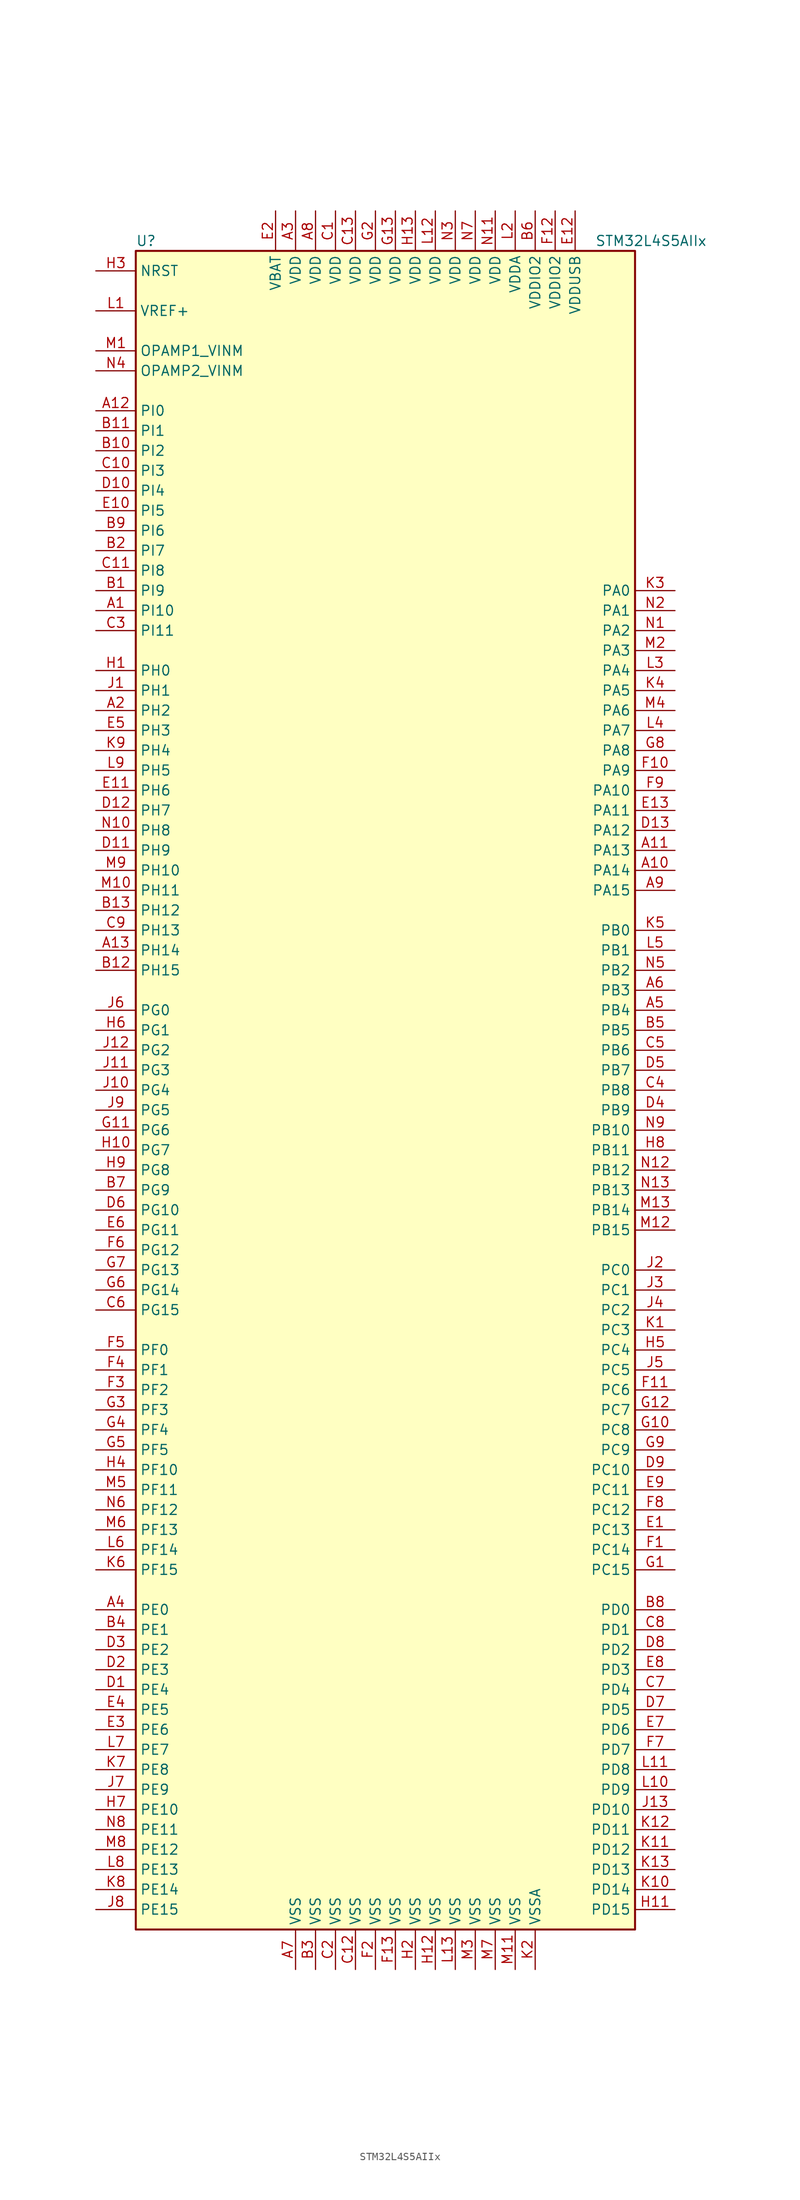
<source format=kicad_sym>
(kicad_symbol_lib
  (version 20201005)
  (generator kicad_symbol_editor)
  (symbol "MCU_ST_STM32L4+:STM32L4S5AIIx"
    (property "Reference" "U"
      (at -33.02 107.95 0)
      (effects (font (size 1.27 1.27)) (justify left)))
    (property "Value" "STM32L4S5AIIx"
      (at 25.4 107.95 0)
      (effects (font (size 1.27 1.27)) (justify left)))
    (symbol "STM32L4S5AIIx_0_1"
      (rectangle (start -33.02 -106.68) (end 30.48 106.68) (stroke (width 0.254)) (fill (type background))))
    (symbol "STM32L4S5AIIx_1_1"
      (pin input line (at -38.1 104.14 0) (length 5.08) (name "NRST" (effects (font (size 1.27 1.27)))) (number "H3" (effects (font (size 1.27 1.27)))))
      (pin bidirectional line (at -38.1 93.98 0) (length 5.08) (name "OPAMP1_VINM" (effects (font (size 1.27 1.27)))) (number "M1" (effects (font (size 1.27 1.27)))))
      (pin bidirectional line (at -38.1 91.44 0) (length 5.08) (name "OPAMP2_VINM" (effects (font (size 1.27 1.27)))) (number "N4" (effects (font (size 1.27 1.27)))))
      (pin bidirectional line (at 35.56 63.5 180) (length 5.08) (name "PA0" (effects (font (size 1.27 1.27)))) (number "K3" (effects (font (size 1.27 1.27)))))
      (pin bidirectional line (at 35.56 60.96 180) (length 5.08) (name "PA1" (effects (font (size 1.27 1.27)))) (number "N2" (effects (font (size 1.27 1.27)))))
      (pin bidirectional line (at 35.56 38.1 180) (length 5.08) (name "PA10" (effects (font (size 1.27 1.27)))) (number "F9" (effects (font (size 1.27 1.27)))))
      (pin bidirectional line (at 35.56 35.56 180) (length 5.08) (name "PA11" (effects (font (size 1.27 1.27)))) (number "E13" (effects (font (size 1.27 1.27)))))
      (pin bidirectional line (at 35.56 33.02 180) (length 5.08) (name "PA12" (effects (font (size 1.27 1.27)))) (number "D13" (effects (font (size 1.27 1.27)))))
      (pin bidirectional line (at 35.56 30.48 180) (length 5.08) (name "PA13" (effects (font (size 1.27 1.27)))) (number "A11" (effects (font (size 1.27 1.27)))))
      (pin bidirectional line (at 35.56 27.94 180) (length 5.08) (name "PA14" (effects (font (size 1.27 1.27)))) (number "A10" (effects (font (size 1.27 1.27)))))
      (pin bidirectional line (at 35.56 25.4 180) (length 5.08) (name "PA15" (effects (font (size 1.27 1.27)))) (number "A9" (effects (font (size 1.27 1.27)))))
      (pin bidirectional line (at 35.56 58.42 180) (length 5.08) (name "PA2" (effects (font (size 1.27 1.27)))) (number "N1" (effects (font (size 1.27 1.27)))))
      (pin bidirectional line (at 35.56 55.88 180) (length 5.08) (name "PA3" (effects (font (size 1.27 1.27)))) (number "M2" (effects (font (size 1.27 1.27)))))
      (pin bidirectional line (at 35.56 53.34 180) (length 5.08) (name "PA4" (effects (font (size 1.27 1.27)))) (number "L3" (effects (font (size 1.27 1.27)))))
      (pin bidirectional line (at 35.56 50.8 180) (length 5.08) (name "PA5" (effects (font (size 1.27 1.27)))) (number "K4" (effects (font (size 1.27 1.27)))))
      (pin bidirectional line (at 35.56 48.26 180) (length 5.08) (name "PA6" (effects (font (size 1.27 1.27)))) (number "M4" (effects (font (size 1.27 1.27)))))
      (pin bidirectional line (at 35.56 45.72 180) (length 5.08) (name "PA7" (effects (font (size 1.27 1.27)))) (number "L4" (effects (font (size 1.27 1.27)))))
      (pin bidirectional line (at 35.56 43.18 180) (length 5.08) (name "PA8" (effects (font (size 1.27 1.27)))) (number "G8" (effects (font (size 1.27 1.27)))))
      (pin bidirectional line (at 35.56 40.64 180) (length 5.08) (name "PA9" (effects (font (size 1.27 1.27)))) (number "F10" (effects (font (size 1.27 1.27)))))
      (pin bidirectional line (at 35.56 20.32 180) (length 5.08) (name "PB0" (effects (font (size 1.27 1.27)))) (number "K5" (effects (font (size 1.27 1.27)))))
      (pin bidirectional line (at 35.56 17.78 180) (length 5.08) (name "PB1" (effects (font (size 1.27 1.27)))) (number "L5" (effects (font (size 1.27 1.27)))))
      (pin bidirectional line (at 35.56 -5.08 180) (length 5.08) (name "PB10" (effects (font (size 1.27 1.27)))) (number "N9" (effects (font (size 1.27 1.27)))))
      (pin bidirectional line (at 35.56 -7.62 180) (length 5.08) (name "PB11" (effects (font (size 1.27 1.27)))) (number "H8" (effects (font (size 1.27 1.27)))))
      (pin bidirectional line (at 35.56 -10.16 180) (length 5.08) (name "PB12" (effects (font (size 1.27 1.27)))) (number "N12" (effects (font (size 1.27 1.27)))))
      (pin bidirectional line (at 35.56 -12.7 180) (length 5.08) (name "PB13" (effects (font (size 1.27 1.27)))) (number "N13" (effects (font (size 1.27 1.27)))))
      (pin bidirectional line (at 35.56 -15.24 180) (length 5.08) (name "PB14" (effects (font (size 1.27 1.27)))) (number "M13" (effects (font (size 1.27 1.27)))))
      (pin bidirectional line (at 35.56 -17.78 180) (length 5.08) (name "PB15" (effects (font (size 1.27 1.27)))) (number "M12" (effects (font (size 1.27 1.27)))))
      (pin bidirectional line (at 35.56 15.24 180) (length 5.08) (name "PB2" (effects (font (size 1.27 1.27)))) (number "N5" (effects (font (size 1.27 1.27)))))
      (pin bidirectional line (at 35.56 12.7 180) (length 5.08) (name "PB3" (effects (font (size 1.27 1.27)))) (number "A6" (effects (font (size 1.27 1.27)))))
      (pin bidirectional line (at 35.56 10.16 180) (length 5.08) (name "PB4" (effects (font (size 1.27 1.27)))) (number "A5" (effects (font (size 1.27 1.27)))))
      (pin bidirectional line (at 35.56 7.62 180) (length 5.08) (name "PB5" (effects (font (size 1.27 1.27)))) (number "B5" (effects (font (size 1.27 1.27)))))
      (pin bidirectional line (at 35.56 5.08 180) (length 5.08) (name "PB6" (effects (font (size 1.27 1.27)))) (number "C5" (effects (font (size 1.27 1.27)))))
      (pin bidirectional line (at 35.56 2.54 180) (length 5.08) (name "PB7" (effects (font (size 1.27 1.27)))) (number "D5" (effects (font (size 1.27 1.27)))))
      (pin bidirectional line (at 35.56 0 180) (length 5.08) (name "PB8" (effects (font (size 1.27 1.27)))) (number "C4" (effects (font (size 1.27 1.27)))))
      (pin bidirectional line (at 35.56 -2.54 180) (length 5.08) (name "PB9" (effects (font (size 1.27 1.27)))) (number "D4" (effects (font (size 1.27 1.27)))))
      (pin bidirectional line (at 35.56 -22.86 180) (length 5.08) (name "PC0" (effects (font (size 1.27 1.27)))) (number "J2" (effects (font (size 1.27 1.27)))))
      (pin bidirectional line (at 35.56 -25.4 180) (length 5.08) (name "PC1" (effects (font (size 1.27 1.27)))) (number "J3" (effects (font (size 1.27 1.27)))))
      (pin bidirectional line (at 35.56 -48.26 180) (length 5.08) (name "PC10" (effects (font (size 1.27 1.27)))) (number "D9" (effects (font (size 1.27 1.27)))))
      (pin bidirectional line (at 35.56 -50.8 180) (length 5.08) (name "PC11" (effects (font (size 1.27 1.27)))) (number "E9" (effects (font (size 1.27 1.27)))))
      (pin bidirectional line (at 35.56 -53.34 180) (length 5.08) (name "PC12" (effects (font (size 1.27 1.27)))) (number "F8" (effects (font (size 1.27 1.27)))))
      (pin bidirectional line (at 35.56 -55.88 180) (length 5.08) (name "PC13" (effects (font (size 1.27 1.27)))) (number "E1" (effects (font (size 1.27 1.27)))))
      (pin bidirectional line (at 35.56 -58.42 180) (length 5.08) (name "PC14" (effects (font (size 1.27 1.27)))) (number "F1" (effects (font (size 1.27 1.27)))))
      (pin bidirectional line (at 35.56 -60.96 180) (length 5.08) (name "PC15" (effects (font (size 1.27 1.27)))) (number "G1" (effects (font (size 1.27 1.27)))))
      (pin bidirectional line (at 35.56 -27.94 180) (length 5.08) (name "PC2" (effects (font (size 1.27 1.27)))) (number "J4" (effects (font (size 1.27 1.27)))))
      (pin bidirectional line (at 35.56 -30.48 180) (length 5.08) (name "PC3" (effects (font (size 1.27 1.27)))) (number "K1" (effects (font (size 1.27 1.27)))))
      (pin bidirectional line (at 35.56 -33.02 180) (length 5.08) (name "PC4" (effects (font (size 1.27 1.27)))) (number "H5" (effects (font (size 1.27 1.27)))))
      (pin bidirectional line (at 35.56 -35.56 180) (length 5.08) (name "PC5" (effects (font (size 1.27 1.27)))) (number "J5" (effects (font (size 1.27 1.27)))))
      (pin bidirectional line (at 35.56 -38.1 180) (length 5.08) (name "PC6" (effects (font (size 1.27 1.27)))) (number "F11" (effects (font (size 1.27 1.27)))))
      (pin bidirectional line (at 35.56 -40.64 180) (length 5.08) (name "PC7" (effects (font (size 1.27 1.27)))) (number "G12" (effects (font (size 1.27 1.27)))))
      (pin bidirectional line (at 35.56 -43.18 180) (length 5.08) (name "PC8" (effects (font (size 1.27 1.27)))) (number "G10" (effects (font (size 1.27 1.27)))))
      (pin bidirectional line (at 35.56 -45.72 180) (length 5.08) (name "PC9" (effects (font (size 1.27 1.27)))) (number "G9" (effects (font (size 1.27 1.27)))))
      (pin bidirectional line (at 35.56 -66.04 180) (length 5.08) (name "PD0" (effects (font (size 1.27 1.27)))) (number "B8" (effects (font (size 1.27 1.27)))))
      (pin bidirectional line (at 35.56 -68.58 180) (length 5.08) (name "PD1" (effects (font (size 1.27 1.27)))) (number "C8" (effects (font (size 1.27 1.27)))))
      (pin bidirectional line (at 35.56 -91.44 180) (length 5.08) (name "PD10" (effects (font (size 1.27 1.27)))) (number "J13" (effects (font (size 1.27 1.27)))))
      (pin bidirectional line (at 35.56 -93.98 180) (length 5.08) (name "PD11" (effects (font (size 1.27 1.27)))) (number "K12" (effects (font (size 1.27 1.27)))))
      (pin bidirectional line (at 35.56 -96.52 180) (length 5.08) (name "PD12" (effects (font (size 1.27 1.27)))) (number "K11" (effects (font (size 1.27 1.27)))))
      (pin bidirectional line (at 35.56 -99.06 180) (length 5.08) (name "PD13" (effects (font (size 1.27 1.27)))) (number "K13" (effects (font (size 1.27 1.27)))))
      (pin bidirectional line (at 35.56 -101.6 180) (length 5.08) (name "PD14" (effects (font (size 1.27 1.27)))) (number "K10" (effects (font (size 1.27 1.27)))))
      (pin bidirectional line (at 35.56 -104.14 180) (length 5.08) (name "PD15" (effects (font (size 1.27 1.27)))) (number "H11" (effects (font (size 1.27 1.27)))))
      (pin bidirectional line (at 35.56 -71.12 180) (length 5.08) (name "PD2" (effects (font (size 1.27 1.27)))) (number "D8" (effects (font (size 1.27 1.27)))))
      (pin bidirectional line (at 35.56 -73.66 180) (length 5.08) (name "PD3" (effects (font (size 1.27 1.27)))) (number "E8" (effects (font (size 1.27 1.27)))))
      (pin bidirectional line (at 35.56 -76.2 180) (length 5.08) (name "PD4" (effects (font (size 1.27 1.27)))) (number "C7" (effects (font (size 1.27 1.27)))))
      (pin bidirectional line (at 35.56 -78.74 180) (length 5.08) (name "PD5" (effects (font (size 1.27 1.27)))) (number "D7" (effects (font (size 1.27 1.27)))))
      (pin bidirectional line (at 35.56 -81.28 180) (length 5.08) (name "PD6" (effects (font (size 1.27 1.27)))) (number "E7" (effects (font (size 1.27 1.27)))))
      (pin bidirectional line (at 35.56 -83.82 180) (length 5.08) (name "PD7" (effects (font (size 1.27 1.27)))) (number "F7" (effects (font (size 1.27 1.27)))))
      (pin bidirectional line (at 35.56 -86.36 180) (length 5.08) (name "PD8" (effects (font (size 1.27 1.27)))) (number "L11" (effects (font (size 1.27 1.27)))))
      (pin bidirectional line (at 35.56 -88.9 180) (length 5.08) (name "PD9" (effects (font (size 1.27 1.27)))) (number "L10" (effects (font (size 1.27 1.27)))))
      (pin bidirectional line (at -38.1 -66.04 0) (length 5.08) (name "PE0" (effects (font (size 1.27 1.27)))) (number "A4" (effects (font (size 1.27 1.27)))))
      (pin bidirectional line (at -38.1 -68.58 0) (length 5.08) (name "PE1" (effects (font (size 1.27 1.27)))) (number "B4" (effects (font (size 1.27 1.27)))))
      (pin bidirectional line (at -38.1 -91.44 0) (length 5.08) (name "PE10" (effects (font (size 1.27 1.27)))) (number "H7" (effects (font (size 1.27 1.27)))))
      (pin bidirectional line (at -38.1 -93.98 0) (length 5.08) (name "PE11" (effects (font (size 1.27 1.27)))) (number "N8" (effects (font (size 1.27 1.27)))))
      (pin bidirectional line (at -38.1 -96.52 0) (length 5.08) (name "PE12" (effects (font (size 1.27 1.27)))) (number "M8" (effects (font (size 1.27 1.27)))))
      (pin bidirectional line (at -38.1 -99.06 0) (length 5.08) (name "PE13" (effects (font (size 1.27 1.27)))) (number "L8" (effects (font (size 1.27 1.27)))))
      (pin bidirectional line (at -38.1 -101.6 0) (length 5.08) (name "PE14" (effects (font (size 1.27 1.27)))) (number "K8" (effects (font (size 1.27 1.27)))))
      (pin bidirectional line (at -38.1 -104.14 0) (length 5.08) (name "PE15" (effects (font (size 1.27 1.27)))) (number "J8" (effects (font (size 1.27 1.27)))))
      (pin bidirectional line (at -38.1 -71.12 0) (length 5.08) (name "PE2" (effects (font (size 1.27 1.27)))) (number "D3" (effects (font (size 1.27 1.27)))))
      (pin bidirectional line (at -38.1 -73.66 0) (length 5.08) (name "PE3" (effects (font (size 1.27 1.27)))) (number "D2" (effects (font (size 1.27 1.27)))))
      (pin bidirectional line (at -38.1 -76.2 0) (length 5.08) (name "PE4" (effects (font (size 1.27 1.27)))) (number "D1" (effects (font (size 1.27 1.27)))))
      (pin bidirectional line (at -38.1 -78.74 0) (length 5.08) (name "PE5" (effects (font (size 1.27 1.27)))) (number "E4" (effects (font (size 1.27 1.27)))))
      (pin bidirectional line (at -38.1 -81.28 0) (length 5.08) (name "PE6" (effects (font (size 1.27 1.27)))) (number "E3" (effects (font (size 1.27 1.27)))))
      (pin bidirectional line (at -38.1 -83.82 0) (length 5.08) (name "PE7" (effects (font (size 1.27 1.27)))) (number "L7" (effects (font (size 1.27 1.27)))))
      (pin bidirectional line (at -38.1 -86.36 0) (length 5.08) (name "PE8" (effects (font (size 1.27 1.27)))) (number "K7" (effects (font (size 1.27 1.27)))))
      (pin bidirectional line (at -38.1 -88.9 0) (length 5.08) (name "PE9" (effects (font (size 1.27 1.27)))) (number "J7" (effects (font (size 1.27 1.27)))))
      (pin bidirectional line (at -38.1 -33.02 0) (length 5.08) (name "PF0" (effects (font (size 1.27 1.27)))) (number "F5" (effects (font (size 1.27 1.27)))))
      (pin bidirectional line (at -38.1 -35.56 0) (length 5.08) (name "PF1" (effects (font (size 1.27 1.27)))) (number "F4" (effects (font (size 1.27 1.27)))))
      (pin bidirectional line (at -38.1 -48.26 0) (length 5.08) (name "PF10" (effects (font (size 1.27 1.27)))) (number "H4" (effects (font (size 1.27 1.27)))))
      (pin bidirectional line (at -38.1 -50.8 0) (length 5.08) (name "PF11" (effects (font (size 1.27 1.27)))) (number "M5" (effects (font (size 1.27 1.27)))))
      (pin bidirectional line (at -38.1 -53.34 0) (length 5.08) (name "PF12" (effects (font (size 1.27 1.27)))) (number "N6" (effects (font (size 1.27 1.27)))))
      (pin bidirectional line (at -38.1 -55.88 0) (length 5.08) (name "PF13" (effects (font (size 1.27 1.27)))) (number "M6" (effects (font (size 1.27 1.27)))))
      (pin bidirectional line (at -38.1 -58.42 0) (length 5.08) (name "PF14" (effects (font (size 1.27 1.27)))) (number "L6" (effects (font (size 1.27 1.27)))))
      (pin bidirectional line (at -38.1 -60.96 0) (length 5.08) (name "PF15" (effects (font (size 1.27 1.27)))) (number "K6" (effects (font (size 1.27 1.27)))))
      (pin bidirectional line (at -38.1 -38.1 0) (length 5.08) (name "PF2" (effects (font (size 1.27 1.27)))) (number "F3" (effects (font (size 1.27 1.27)))))
      (pin bidirectional line (at -38.1 -40.64 0) (length 5.08) (name "PF3" (effects (font (size 1.27 1.27)))) (number "G3" (effects (font (size 1.27 1.27)))))
      (pin bidirectional line (at -38.1 -43.18 0) (length 5.08) (name "PF4" (effects (font (size 1.27 1.27)))) (number "G4" (effects (font (size 1.27 1.27)))))
      (pin bidirectional line (at -38.1 -45.72 0) (length 5.08) (name "PF5" (effects (font (size 1.27 1.27)))) (number "G5" (effects (font (size 1.27 1.27)))))
      (pin bidirectional line (at -38.1 10.16 0) (length 5.08) (name "PG0" (effects (font (size 1.27 1.27)))) (number "J6" (effects (font (size 1.27 1.27)))))
      (pin bidirectional line (at -38.1 7.62 0) (length 5.08) (name "PG1" (effects (font (size 1.27 1.27)))) (number "H6" (effects (font (size 1.27 1.27)))))
      (pin bidirectional line (at -38.1 -15.24 0) (length 5.08) (name "PG10" (effects (font (size 1.27 1.27)))) (number "D6" (effects (font (size 1.27 1.27)))))
      (pin bidirectional line (at -38.1 -17.78 0) (length 5.08) (name "PG11" (effects (font (size 1.27 1.27)))) (number "E6" (effects (font (size 1.27 1.27)))))
      (pin bidirectional line (at -38.1 -20.32 0) (length 5.08) (name "PG12" (effects (font (size 1.27 1.27)))) (number "F6" (effects (font (size 1.27 1.27)))))
      (pin bidirectional line (at -38.1 -22.86 0) (length 5.08) (name "PG13" (effects (font (size 1.27 1.27)))) (number "G7" (effects (font (size 1.27 1.27)))))
      (pin bidirectional line (at -38.1 -25.4 0) (length 5.08) (name "PG14" (effects (font (size 1.27 1.27)))) (number "G6" (effects (font (size 1.27 1.27)))))
      (pin bidirectional line (at -38.1 -27.94 0) (length 5.08) (name "PG15" (effects (font (size 1.27 1.27)))) (number "C6" (effects (font (size 1.27 1.27)))))
      (pin bidirectional line (at -38.1 5.08 0) (length 5.08) (name "PG2" (effects (font (size 1.27 1.27)))) (number "J12" (effects (font (size 1.27 1.27)))))
      (pin bidirectional line (at -38.1 2.54 0) (length 5.08) (name "PG3" (effects (font (size 1.27 1.27)))) (number "J11" (effects (font (size 1.27 1.27)))))
      (pin bidirectional line (at -38.1 0 0) (length 5.08) (name "PG4" (effects (font (size 1.27 1.27)))) (number "J10" (effects (font (size 1.27 1.27)))))
      (pin bidirectional line (at -38.1 -2.54 0) (length 5.08) (name "PG5" (effects (font (size 1.27 1.27)))) (number "J9" (effects (font (size 1.27 1.27)))))
      (pin bidirectional line (at -38.1 -5.08 0) (length 5.08) (name "PG6" (effects (font (size 1.27 1.27)))) (number "G11" (effects (font (size 1.27 1.27)))))
      (pin bidirectional line (at -38.1 -7.62 0) (length 5.08) (name "PG7" (effects (font (size 1.27 1.27)))) (number "H10" (effects (font (size 1.27 1.27)))))
      (pin bidirectional line (at -38.1 -10.16 0) (length 5.08) (name "PG8" (effects (font (size 1.27 1.27)))) (number "H9" (effects (font (size 1.27 1.27)))))
      (pin bidirectional line (at -38.1 -12.7 0) (length 5.08) (name "PG9" (effects (font (size 1.27 1.27)))) (number "B7" (effects (font (size 1.27 1.27)))))
      (pin input line (at -38.1 53.34 0) (length 5.08) (name "PH0" (effects (font (size 1.27 1.27)))) (number "H1" (effects (font (size 1.27 1.27)))))
      (pin input line (at -38.1 50.8 0) (length 5.08) (name "PH1" (effects (font (size 1.27 1.27)))) (number "J1" (effects (font (size 1.27 1.27)))))
      (pin bidirectional line (at -38.1 27.94 0) (length 5.08) (name "PH10" (effects (font (size 1.27 1.27)))) (number "M9" (effects (font (size 1.27 1.27)))))
      (pin bidirectional line (at -38.1 25.4 0) (length 5.08) (name "PH11" (effects (font (size 1.27 1.27)))) (number "M10" (effects (font (size 1.27 1.27)))))
      (pin bidirectional line (at -38.1 22.86 0) (length 5.08) (name "PH12" (effects (font (size 1.27 1.27)))) (number "B13" (effects (font (size 1.27 1.27)))))
      (pin bidirectional line (at -38.1 20.32 0) (length 5.08) (name "PH13" (effects (font (size 1.27 1.27)))) (number "C9" (effects (font (size 1.27 1.27)))))
      (pin bidirectional line (at -38.1 17.78 0) (length 5.08) (name "PH14" (effects (font (size 1.27 1.27)))) (number "A13" (effects (font (size 1.27 1.27)))))
      (pin bidirectional line (at -38.1 15.24 0) (length 5.08) (name "PH15" (effects (font (size 1.27 1.27)))) (number "B12" (effects (font (size 1.27 1.27)))))
      (pin bidirectional line (at -38.1 48.26 0) (length 5.08) (name "PH2" (effects (font (size 1.27 1.27)))) (number "A2" (effects (font (size 1.27 1.27)))))
      (pin bidirectional line (at -38.1 45.72 0) (length 5.08) (name "PH3" (effects (font (size 1.27 1.27)))) (number "E5" (effects (font (size 1.27 1.27)))))
      (pin bidirectional line (at -38.1 43.18 0) (length 5.08) (name "PH4" (effects (font (size 1.27 1.27)))) (number "K9" (effects (font (size 1.27 1.27)))))
      (pin bidirectional line (at -38.1 40.64 0) (length 5.08) (name "PH5" (effects (font (size 1.27 1.27)))) (number "L9" (effects (font (size 1.27 1.27)))))
      (pin bidirectional line (at -38.1 38.1 0) (length 5.08) (name "PH6" (effects (font (size 1.27 1.27)))) (number "E11" (effects (font (size 1.27 1.27)))))
      (pin bidirectional line (at -38.1 35.56 0) (length 5.08) (name "PH7" (effects (font (size 1.27 1.27)))) (number "D12" (effects (font (size 1.27 1.27)))))
      (pin bidirectional line (at -38.1 33.02 0) (length 5.08) (name "PH8" (effects (font (size 1.27 1.27)))) (number "N10" (effects (font (size 1.27 1.27)))))
      (pin bidirectional line (at -38.1 30.48 0) (length 5.08) (name "PH9" (effects (font (size 1.27 1.27)))) (number "D11" (effects (font (size 1.27 1.27)))))
      (pin bidirectional line (at -38.1 86.36 0) (length 5.08) (name "PI0" (effects (font (size 1.27 1.27)))) (number "A12" (effects (font (size 1.27 1.27)))))
      (pin bidirectional line (at -38.1 83.82 0) (length 5.08) (name "PI1" (effects (font (size 1.27 1.27)))) (number "B11" (effects (font (size 1.27 1.27)))))
      (pin bidirectional line (at -38.1 60.96 0) (length 5.08) (name "PI10" (effects (font (size 1.27 1.27)))) (number "A1" (effects (font (size 1.27 1.27)))))
      (pin bidirectional line (at -38.1 58.42 0) (length 5.08) (name "PI11" (effects (font (size 1.27 1.27)))) (number "C3" (effects (font (size 1.27 1.27)))))
      (pin bidirectional line (at -38.1 81.28 0) (length 5.08) (name "PI2" (effects (font (size 1.27 1.27)))) (number "B10" (effects (font (size 1.27 1.27)))))
      (pin bidirectional line (at -38.1 78.74 0) (length 5.08) (name "PI3" (effects (font (size 1.27 1.27)))) (number "C10" (effects (font (size 1.27 1.27)))))
      (pin bidirectional line (at -38.1 76.2 0) (length 5.08) (name "PI4" (effects (font (size 1.27 1.27)))) (number "D10" (effects (font (size 1.27 1.27)))))
      (pin bidirectional line (at -38.1 73.66 0) (length 5.08) (name "PI5" (effects (font (size 1.27 1.27)))) (number "E10" (effects (font (size 1.27 1.27)))))
      (pin bidirectional line (at -38.1 71.12 0) (length 5.08) (name "PI6" (effects (font (size 1.27 1.27)))) (number "B9" (effects (font (size 1.27 1.27)))))
      (pin bidirectional line (at -38.1 68.58 0) (length 5.08) (name "PI7" (effects (font (size 1.27 1.27)))) (number "B2" (effects (font (size 1.27 1.27)))))
      (pin bidirectional line (at -38.1 66.04 0) (length 5.08) (name "PI8" (effects (font (size 1.27 1.27)))) (number "C11" (effects (font (size 1.27 1.27)))))
      (pin bidirectional line (at -38.1 63.5 0) (length 5.08) (name "PI9" (effects (font (size 1.27 1.27)))) (number "B1" (effects (font (size 1.27 1.27)))))
      (pin power_in line (at -15.24 111.76 270) (length 5.08) (name "VBAT" (effects (font (size 1.27 1.27)))) (number "E2" (effects (font (size 1.27 1.27)))))
      (pin power_in line (at -12.7 111.76 270) (length 5.08) (name "VDD" (effects (font (size 1.27 1.27)))) (number "A3" (effects (font (size 1.27 1.27)))))
      (pin power_in line (at -10.16 111.76 270) (length 5.08) (name "VDD" (effects (font (size 1.27 1.27)))) (number "A8" (effects (font (size 1.27 1.27)))))
      (pin power_in line (at -7.62 111.76 270) (length 5.08) (name "VDD" (effects (font (size 1.27 1.27)))) (number "C1" (effects (font (size 1.27 1.27)))))
      (pin power_in line (at -5.08 111.76 270) (length 5.08) (name "VDD" (effects (font (size 1.27 1.27)))) (number "C13" (effects (font (size 1.27 1.27)))))
      (pin power_in line (at 0 111.76 270) (length 5.08) (name "VDD" (effects (font (size 1.27 1.27)))) (number "G13" (effects (font (size 1.27 1.27)))))
      (pin power_in line (at -2.54 111.76 270) (length 5.08) (name "VDD" (effects (font (size 1.27 1.27)))) (number "G2" (effects (font (size 1.27 1.27)))))
      (pin power_in line (at 2.54 111.76 270) (length 5.08) (name "VDD" (effects (font (size 1.27 1.27)))) (number "H13" (effects (font (size 1.27 1.27)))))
      (pin power_in line (at 5.08 111.76 270) (length 5.08) (name "VDD" (effects (font (size 1.27 1.27)))) (number "L12" (effects (font (size 1.27 1.27)))))
      (pin power_in line (at 12.7 111.76 270) (length 5.08) (name "VDD" (effects (font (size 1.27 1.27)))) (number "N11" (effects (font (size 1.27 1.27)))))
      (pin power_in line (at 7.62 111.76 270) (length 5.08) (name "VDD" (effects (font (size 1.27 1.27)))) (number "N3" (effects (font (size 1.27 1.27)))))
      (pin power_in line (at 10.16 111.76 270) (length 5.08) (name "VDD" (effects (font (size 1.27 1.27)))) (number "N7" (effects (font (size 1.27 1.27)))))
      (pin power_in line (at 15.24 111.76 270) (length 5.08) (name "VDDA" (effects (font (size 1.27 1.27)))) (number "L2" (effects (font (size 1.27 1.27)))))
      (pin power_in line (at 17.78 111.76 270) (length 5.08) (name "VDDIO2" (effects (font (size 1.27 1.27)))) (number "B6" (effects (font (size 1.27 1.27)))))
      (pin power_in line (at 20.32 111.76 270) (length 5.08) (name "VDDIO2" (effects (font (size 1.27 1.27)))) (number "F12" (effects (font (size 1.27 1.27)))))
      (pin power_in line (at 22.86 111.76 270) (length 5.08) (name "VDDUSB" (effects (font (size 1.27 1.27)))) (number "E12" (effects (font (size 1.27 1.27)))))
      (pin bidirectional line (at -38.1 99.06 0) (length 5.08) (name "VREF+" (effects (font (size 1.27 1.27)))) (number "L1" (effects (font (size 1.27 1.27)))))
      (pin power_in line (at -12.7 -111.76 90) (length 5.08) (name "VSS" (effects (font (size 1.27 1.27)))) (number "A7" (effects (font (size 1.27 1.27)))))
      (pin power_in line (at -10.16 -111.76 90) (length 5.08) (name "VSS" (effects (font (size 1.27 1.27)))) (number "B3" (effects (font (size 1.27 1.27)))))
      (pin power_in line (at -5.08 -111.76 90) (length 5.08) (name "VSS" (effects (font (size 1.27 1.27)))) (number "C12" (effects (font (size 1.27 1.27)))))
      (pin power_in line (at -7.62 -111.76 90) (length 5.08) (name "VSS" (effects (font (size 1.27 1.27)))) (number "C2" (effects (font (size 1.27 1.27)))))
      (pin power_in line (at 0 -111.76 90) (length 5.08) (name "VSS" (effects (font (size 1.27 1.27)))) (number "F13" (effects (font (size 1.27 1.27)))))
      (pin power_in line (at -2.54 -111.76 90) (length 5.08) (name "VSS" (effects (font (size 1.27 1.27)))) (number "F2" (effects (font (size 1.27 1.27)))))
      (pin power_in line (at 5.08 -111.76 90) (length 5.08) (name "VSS" (effects (font (size 1.27 1.27)))) (number "H12" (effects (font (size 1.27 1.27)))))
      (pin power_in line (at 2.54 -111.76 90) (length 5.08) (name "VSS" (effects (font (size 1.27 1.27)))) (number "H2" (effects (font (size 1.27 1.27)))))
      (pin power_in line (at 7.62 -111.76 90) (length 5.08) (name "VSS" (effects (font (size 1.27 1.27)))) (number "L13" (effects (font (size 1.27 1.27)))))
      (pin power_in line (at 15.24 -111.76 90) (length 5.08) (name "VSS" (effects (font (size 1.27 1.27)))) (number "M11" (effects (font (size 1.27 1.27)))))
      (pin power_in line (at 10.16 -111.76 90) (length 5.08) (name "VSS" (effects (font (size 1.27 1.27)))) (number "M3" (effects (font (size 1.27 1.27)))))
      (pin power_in line (at 12.7 -111.76 90) (length 5.08) (name "VSS" (effects (font (size 1.27 1.27)))) (number "M7" (effects (font (size 1.27 1.27)))))
      (pin power_in line (at 17.78 -111.76 90) (length 5.08) (name "VSSA" (effects (font (size 1.27 1.27)))) (number "K2" (effects (font (size 1.27 1.27))))))))
</source>
